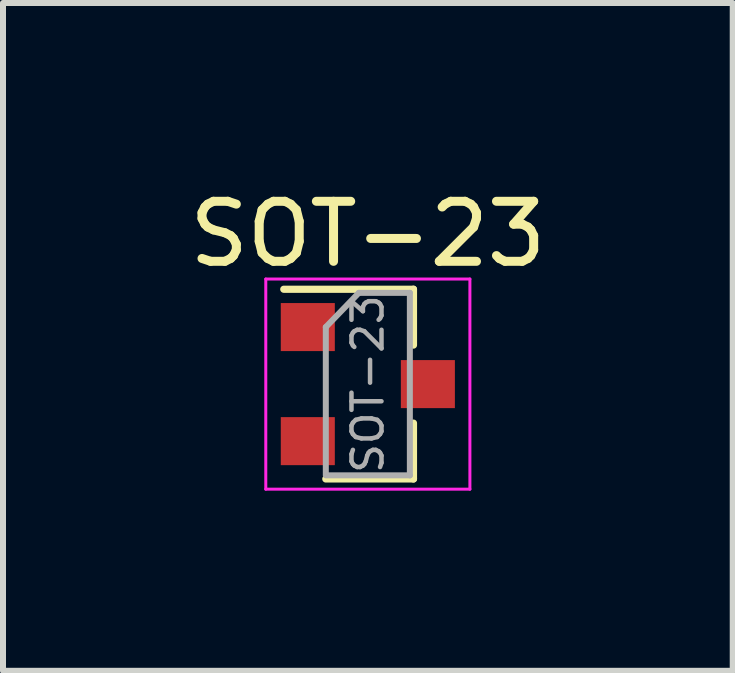
<source format=kicad_pcb>
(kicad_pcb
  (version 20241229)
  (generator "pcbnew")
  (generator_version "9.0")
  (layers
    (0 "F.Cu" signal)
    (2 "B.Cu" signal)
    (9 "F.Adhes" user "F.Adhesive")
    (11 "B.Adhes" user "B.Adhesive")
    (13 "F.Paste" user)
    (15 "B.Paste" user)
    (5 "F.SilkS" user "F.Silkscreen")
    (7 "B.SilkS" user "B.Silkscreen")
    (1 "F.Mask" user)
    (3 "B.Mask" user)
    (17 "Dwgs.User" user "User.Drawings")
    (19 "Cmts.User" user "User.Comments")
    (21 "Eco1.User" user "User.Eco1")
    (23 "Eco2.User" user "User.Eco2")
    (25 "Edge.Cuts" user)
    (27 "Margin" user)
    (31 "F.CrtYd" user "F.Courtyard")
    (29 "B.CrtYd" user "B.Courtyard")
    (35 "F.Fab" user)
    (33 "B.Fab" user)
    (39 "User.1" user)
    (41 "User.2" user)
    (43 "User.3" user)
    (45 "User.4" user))
  (footprint "SOT-23"
    (layer "F.Cu")
    (at 3.077 3.348)
    (property "Reference" "SOT-23" (at 0 -2.5 0) (layer "F.SilkS") (effects (font (size 1 1) (thickness 0.15))))
    (attr smd)
    (fp_line (start 0.76 -1.58) (end -1.4 -1.58) (stroke (width 0.12) (type solid)) (layer "F.SilkS"))
    (fp_line (start 0.76 -1.58) (end 0.76 -0.65) (stroke (width 0.12) (type solid)) (layer "F.SilkS"))
    (fp_line (start 0.76 1.58) (end -0.7 1.58) (stroke (width 0.12) (type solid)) (layer "F.SilkS"))
    (fp_line (start 0.76 1.58) (end 0.76 0.65) (stroke (width 0.12) (type solid)) (layer "F.SilkS"))
    (fp_line (start -1.7 -1.75) (end 1.7 -1.75) (stroke (width 0.05) (type solid)) (layer "F.CrtYd"))
    (fp_line (start -1.7 1.75) (end -1.7 -1.75) (stroke (width 0.05) (type solid)) (layer "F.CrtYd"))
    (fp_line (start 1.7 -1.75) (end 1.7 1.75) (stroke (width 0.05) (type solid)) (layer "F.CrtYd"))
    (fp_line (start 1.7 1.75) (end -1.7 1.75) (stroke (width 0.05) (type solid)) (layer "F.CrtYd"))
    (fp_line (start -0.7 -0.95) (end -0.7 1.5) (stroke (width 0.1) (type solid)) (layer "F.Fab"))
    (fp_line (start -0.7 -0.95) (end -0.15 -1.52) (stroke (width 0.1) (type solid)) (layer "F.Fab"))
    (fp_line (start -0.7 1.52) (end 0.7 1.52) (stroke (width 0.1) (type solid)) (layer "F.Fab"))
    (fp_line (start -0.15 -1.52) (end 0.7 -1.52) (stroke (width 0.1) (type solid)) (layer "F.Fab"))
    (fp_line (start 0.7 -1.52) (end 0.7 1.52) (stroke (width 0.1) (type solid)) (layer "F.Fab"))
    (fp_text user "${REFERENCE}" (at 0 0 90) (layer "F.Fab") (effects (font (size 0.5 0.5) (thickness 0.075))))
    (pad "1" smd rect (at -1 -0.95) (size 0.9 0.8) (layers "F.Cu" "F.Mask" "F.Paste"))
    (pad "2" smd rect (at -1 0.95) (size 0.9 0.8) (layers "F.Cu" "F.Mask" "F.Paste"))
    (pad "3" smd rect (at 1 0) (size 0.9 0.8) (layers "F.Cu" "F.Mask" "F.Paste")))
  (gr_rect
    (start -3 -3)
    (end 9.155 8.123)
    (stroke (width 0.1) (type default))
    (fill no)
    (layer "Edge.Cuts")))
</source>
